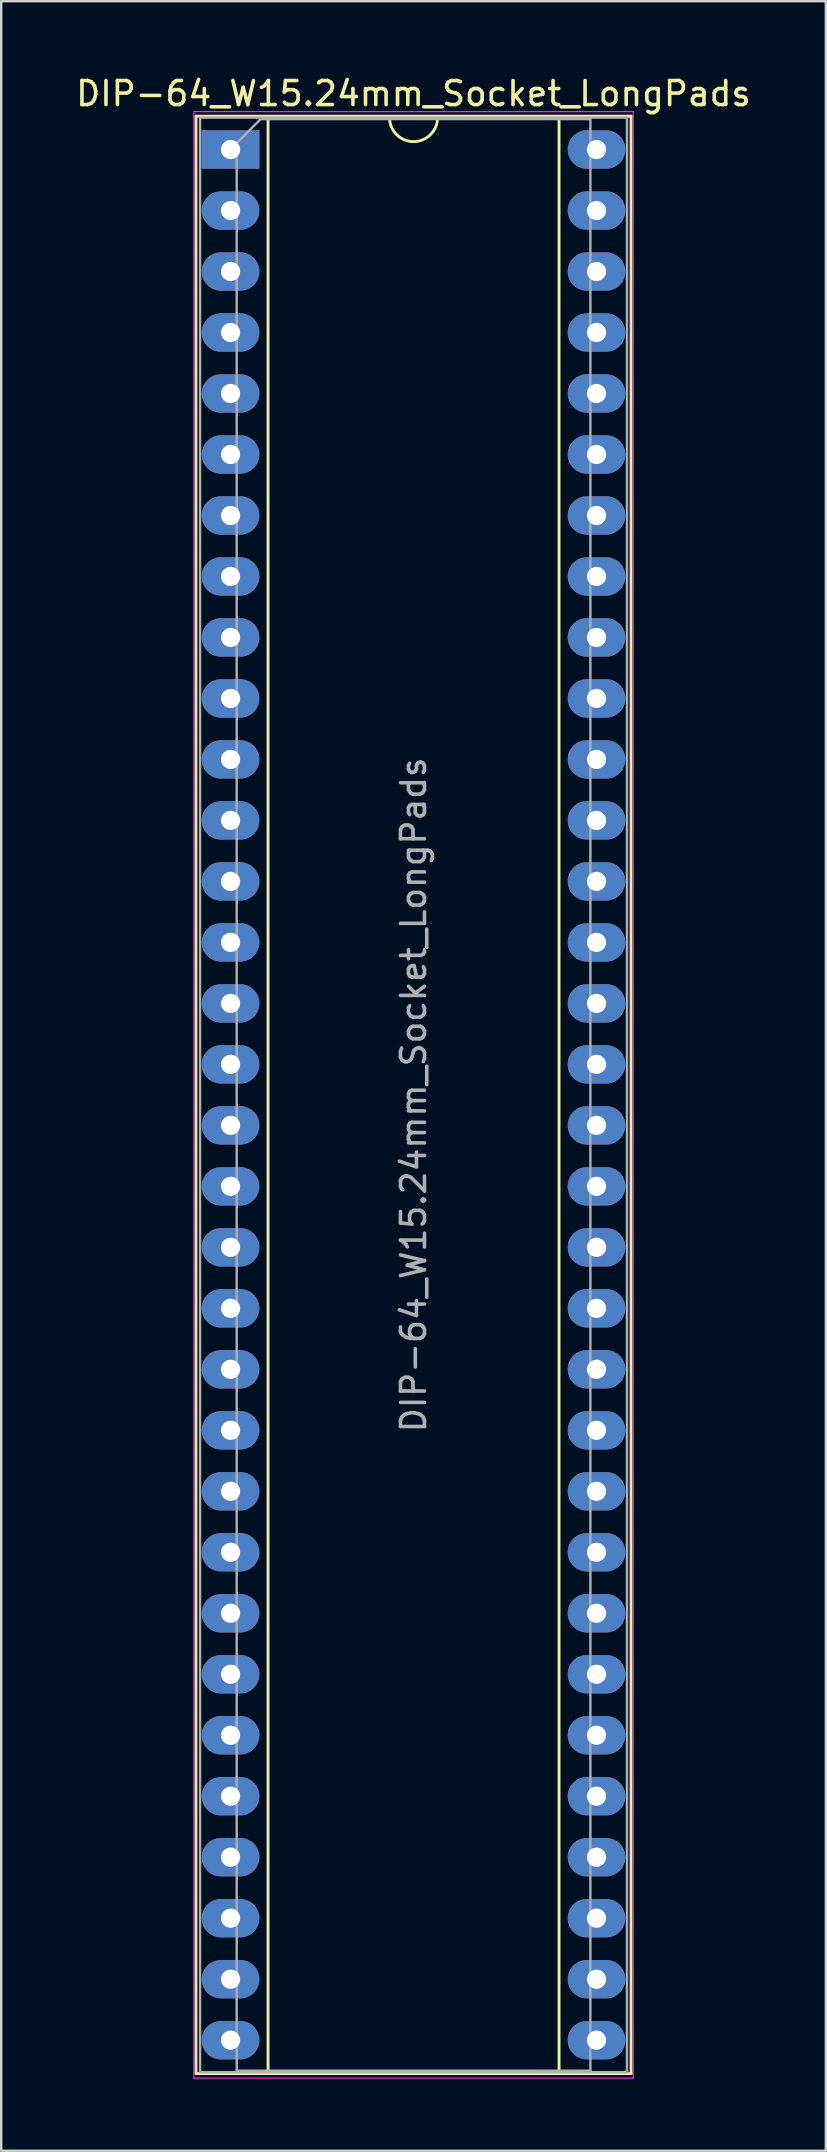
<source format=kicad_pcb>
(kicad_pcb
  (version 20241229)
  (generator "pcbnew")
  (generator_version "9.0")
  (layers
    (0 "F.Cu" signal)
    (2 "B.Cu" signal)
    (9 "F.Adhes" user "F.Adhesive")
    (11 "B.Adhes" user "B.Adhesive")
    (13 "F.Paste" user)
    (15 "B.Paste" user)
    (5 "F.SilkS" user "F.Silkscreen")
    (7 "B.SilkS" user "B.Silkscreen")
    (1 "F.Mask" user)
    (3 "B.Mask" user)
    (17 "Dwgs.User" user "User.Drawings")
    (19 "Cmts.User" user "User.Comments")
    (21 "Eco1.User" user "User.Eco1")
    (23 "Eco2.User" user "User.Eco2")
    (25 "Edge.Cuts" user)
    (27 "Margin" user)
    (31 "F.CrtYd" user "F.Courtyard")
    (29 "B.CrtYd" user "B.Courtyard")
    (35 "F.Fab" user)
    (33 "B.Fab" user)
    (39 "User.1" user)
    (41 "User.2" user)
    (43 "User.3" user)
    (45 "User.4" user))
  (footprint "DIP-64_W15.24mm_Socket_LongPads"
    (layer "F.Cu")
    (at 6.553 3.178)
    (property "Reference" "DIP-64_W15.24mm_Socket_LongPads" (at 7.62 -2.33 0) (layer "F.SilkS") (effects (font (size 1 1) (thickness 0.15))))
    (attr through_hole)
    (fp_line (start -1.44 -1.39) (end -1.44 80.13) (stroke (width 0.12) (type solid)) (layer "F.SilkS"))
    (fp_line (start -1.44 80.13) (end 16.68 80.13) (stroke (width 0.12) (type solid)) (layer "F.SilkS"))
    (fp_line (start 1.56 -1.33) (end 1.56 80.07) (stroke (width 0.12) (type solid)) (layer "F.SilkS"))
    (fp_line (start 1.56 80.07) (end 13.68 80.07) (stroke (width 0.12) (type solid)) (layer "F.SilkS"))
    (fp_line (start 6.62 -1.33) (end 1.56 -1.33) (stroke (width 0.12) (type solid)) (layer "F.SilkS"))
    (fp_line (start 13.68 -1.33) (end 8.62 -1.33) (stroke (width 0.12) (type solid)) (layer "F.SilkS"))
    (fp_line (start 13.68 80.07) (end 13.68 -1.33) (stroke (width 0.12) (type solid)) (layer "F.SilkS"))
    (fp_line (start 16.68 -1.39) (end -1.44 -1.39) (stroke (width 0.12) (type solid)) (layer "F.SilkS"))
    (fp_line (start 16.68 80.13) (end 16.68 -1.39) (stroke (width 0.12) (type solid)) (layer "F.SilkS"))
    (fp_arc (start 8.62 -1.33) (mid 7.62 -0.33) (end 6.62 -1.33) (stroke (width 0.12) (type solid)) (layer "F.SilkS"))
    (fp_line (start -1.53 -1.58) (end -1.53 80.32) (stroke (width 0.05) (type solid)) (layer "F.CrtYd"))
    (fp_line (start -1.53 80.32) (end 16.77 80.32) (stroke (width 0.05) (type solid)) (layer "F.CrtYd"))
    (fp_line (start 16.77 -1.58) (end -1.53 -1.58) (stroke (width 0.05) (type solid)) (layer "F.CrtYd"))
    (fp_line (start 16.77 80.32) (end 16.77 -1.58) (stroke (width 0.05) (type solid)) (layer "F.CrtYd"))
    (fp_line (start -1.27 -1.33) (end -1.27 80.07) (stroke (width 0.1) (type solid)) (layer "F.Fab"))
    (fp_line (start -1.27 80.07) (end 16.51 80.07) (stroke (width 0.1) (type solid)) (layer "F.Fab"))
    (fp_line (start 0.255 -0.27) (end 1.255 -1.27) (stroke (width 0.1) (type solid)) (layer "F.Fab"))
    (fp_line (start 0.255 80.01) (end 0.255 -0.27) (stroke (width 0.1) (type solid)) (layer "F.Fab"))
    (fp_line (start 1.255 -1.27) (end 14.985 -1.27) (stroke (width 0.1) (type solid)) (layer "F.Fab"))
    (fp_line (start 14.985 -1.27) (end 14.985 80.01) (stroke (width 0.1) (type solid)) (layer "F.Fab"))
    (fp_line (start 14.985 80.01) (end 0.255 80.01) (stroke (width 0.1) (type solid)) (layer "F.Fab"))
    (fp_line (start 16.51 -1.33) (end -1.27 -1.33) (stroke (width 0.1) (type solid)) (layer "F.Fab"))
    (fp_line (start 16.51 80.07) (end 16.51 -1.33) (stroke (width 0.1) (type solid)) (layer "F.Fab"))
    (fp_text user "${REFERENCE}" (at 7.62 39.37 90) (layer "F.Fab") (effects (font (size 1 1) (thickness 0.15))))
    (pad "1" thru_hole rect (at 0 0) (size 2.4 1.6) (drill 0.8) (layers "*.Cu" "*.Mask"))
    (pad "2" thru_hole oval (at 0 2.54) (size 2.4 1.6) (drill 0.8) (layers "*.Cu" "*.Mask"))
    (pad "3" thru_hole oval (at 0 5.08) (size 2.4 1.6) (drill 0.8) (layers "*.Cu" "*.Mask"))
    (pad "4" thru_hole oval (at 0 7.62) (size 2.4 1.6) (drill 0.8) (layers "*.Cu" "*.Mask"))
    (pad "5" thru_hole oval (at 0 10.16) (size 2.4 1.6) (drill 0.8) (layers "*.Cu" "*.Mask"))
    (pad "6" thru_hole oval (at 0 12.7) (size 2.4 1.6) (drill 0.8) (layers "*.Cu" "*.Mask"))
    (pad "7" thru_hole oval (at 0 15.24) (size 2.4 1.6) (drill 0.8) (layers "*.Cu" "*.Mask"))
    (pad "8" thru_hole oval (at 0 17.78) (size 2.4 1.6) (drill 0.8) (layers "*.Cu" "*.Mask"))
    (pad "9" thru_hole oval (at 0 20.32) (size 2.4 1.6) (drill 0.8) (layers "*.Cu" "*.Mask"))
    (pad "10" thru_hole oval (at 0 22.86) (size 2.4 1.6) (drill 0.8) (layers "*.Cu" "*.Mask"))
    (pad "11" thru_hole oval (at 0 25.4) (size 2.4 1.6) (drill 0.8) (layers "*.Cu" "*.Mask"))
    (pad "12" thru_hole oval (at 0 27.94) (size 2.4 1.6) (drill 0.8) (layers "*.Cu" "*.Mask"))
    (pad "13" thru_hole oval (at 0 30.48) (size 2.4 1.6) (drill 0.8) (layers "*.Cu" "*.Mask"))
    (pad "14" thru_hole oval (at 0 33.02) (size 2.4 1.6) (drill 0.8) (layers "*.Cu" "*.Mask"))
    (pad "15" thru_hole oval (at 0 35.56) (size 2.4 1.6) (drill 0.8) (layers "*.Cu" "*.Mask"))
    (pad "16" thru_hole oval (at 0 38.1) (size 2.4 1.6) (drill 0.8) (layers "*.Cu" "*.Mask"))
    (pad "17" thru_hole oval (at 0 40.64) (size 2.4 1.6) (drill 0.8) (layers "*.Cu" "*.Mask"))
    (pad "18" thru_hole oval (at 0 43.18) (size 2.4 1.6) (drill 0.8) (layers "*.Cu" "*.Mask"))
    (pad "19" thru_hole oval (at 0 45.72) (size 2.4 1.6) (drill 0.8) (layers "*.Cu" "*.Mask"))
    (pad "20" thru_hole oval (at 0 48.26) (size 2.4 1.6) (drill 0.8) (layers "*.Cu" "*.Mask"))
    (pad "21" thru_hole oval (at 0 50.8) (size 2.4 1.6) (drill 0.8) (layers "*.Cu" "*.Mask"))
    (pad "22" thru_hole oval (at 0 53.34) (size 2.4 1.6) (drill 0.8) (layers "*.Cu" "*.Mask"))
    (pad "23" thru_hole oval (at 0 55.88) (size 2.4 1.6) (drill 0.8) (layers "*.Cu" "*.Mask"))
    (pad "24" thru_hole oval (at 0 58.42) (size 2.4 1.6) (drill 0.8) (layers "*.Cu" "*.Mask"))
    (pad "25" thru_hole oval (at 0 60.96) (size 2.4 1.6) (drill 0.8) (layers "*.Cu" "*.Mask"))
    (pad "26" thru_hole oval (at 0 63.5) (size 2.4 1.6) (drill 0.8) (layers "*.Cu" "*.Mask"))
    (pad "27" thru_hole oval (at 0 66.04) (size 2.4 1.6) (drill 0.8) (layers "*.Cu" "*.Mask"))
    (pad "28" thru_hole oval (at 0 68.58) (size 2.4 1.6) (drill 0.8) (layers "*.Cu" "*.Mask"))
    (pad "29" thru_hole oval (at 0 71.12) (size 2.4 1.6) (drill 0.8) (layers "*.Cu" "*.Mask"))
    (pad "30" thru_hole oval (at 0 73.66) (size 2.4 1.6) (drill 0.8) (layers "*.Cu" "*.Mask"))
    (pad "31" thru_hole oval (at 0 76.2) (size 2.4 1.6) (drill 0.8) (layers "*.Cu" "*.Mask"))
    (pad "32" thru_hole oval (at 0 78.74) (size 2.4 1.6) (drill 0.8) (layers "*.Cu" "*.Mask"))
    (pad "33" thru_hole oval (at 15.24 78.74) (size 2.4 1.6) (drill 0.8) (layers "*.Cu" "*.Mask"))
    (pad "34" thru_hole oval (at 15.24 76.2) (size 2.4 1.6) (drill 0.8) (layers "*.Cu" "*.Mask"))
    (pad "35" thru_hole oval (at 15.24 73.66) (size 2.4 1.6) (drill 0.8) (layers "*.Cu" "*.Mask"))
    (pad "36" thru_hole oval (at 15.24 71.12) (size 2.4 1.6) (drill 0.8) (layers "*.Cu" "*.Mask"))
    (pad "37" thru_hole oval (at 15.24 68.58) (size 2.4 1.6) (drill 0.8) (layers "*.Cu" "*.Mask"))
    (pad "38" thru_hole oval (at 15.24 66.04) (size 2.4 1.6) (drill 0.8) (layers "*.Cu" "*.Mask"))
    (pad "39" thru_hole oval (at 15.24 63.5) (size 2.4 1.6) (drill 0.8) (layers "*.Cu" "*.Mask"))
    (pad "40" thru_hole oval (at 15.24 60.96) (size 2.4 1.6) (drill 0.8) (layers "*.Cu" "*.Mask"))
    (pad "41" thru_hole oval (at 15.24 58.42) (size 2.4 1.6) (drill 0.8) (layers "*.Cu" "*.Mask"))
    (pad "42" thru_hole oval (at 15.24 55.88) (size 2.4 1.6) (drill 0.8) (layers "*.Cu" "*.Mask"))
    (pad "43" thru_hole oval (at 15.24 53.34) (size 2.4 1.6) (drill 0.8) (layers "*.Cu" "*.Mask"))
    (pad "44" thru_hole oval (at 15.24 50.8) (size 2.4 1.6) (drill 0.8) (layers "*.Cu" "*.Mask"))
    (pad "45" thru_hole oval (at 15.24 48.26) (size 2.4 1.6) (drill 0.8) (layers "*.Cu" "*.Mask"))
    (pad "46" thru_hole oval (at 15.24 45.72) (size 2.4 1.6) (drill 0.8) (layers "*.Cu" "*.Mask"))
    (pad "47" thru_hole oval (at 15.24 43.18) (size 2.4 1.6) (drill 0.8) (layers "*.Cu" "*.Mask"))
    (pad "48" thru_hole oval (at 15.24 40.64) (size 2.4 1.6) (drill 0.8) (layers "*.Cu" "*.Mask"))
    (pad "49" thru_hole oval (at 15.24 38.1) (size 2.4 1.6) (drill 0.8) (layers "*.Cu" "*.Mask"))
    (pad "50" thru_hole oval (at 15.24 35.56) (size 2.4 1.6) (drill 0.8) (layers "*.Cu" "*.Mask"))
    (pad "51" thru_hole oval (at 15.24 33.02) (size 2.4 1.6) (drill 0.8) (layers "*.Cu" "*.Mask"))
    (pad "52" thru_hole oval (at 15.24 30.48) (size 2.4 1.6) (drill 0.8) (layers "*.Cu" "*.Mask"))
    (pad "53" thru_hole oval (at 15.24 27.94) (size 2.4 1.6) (drill 0.8) (layers "*.Cu" "*.Mask"))
    (pad "54" thru_hole oval (at 15.24 25.4) (size 2.4 1.6) (drill 0.8) (layers "*.Cu" "*.Mask"))
    (pad "55" thru_hole oval (at 15.24 22.86) (size 2.4 1.6) (drill 0.8) (layers "*.Cu" "*.Mask"))
    (pad "56" thru_hole oval (at 15.24 20.32) (size 2.4 1.6) (drill 0.8) (layers "*.Cu" "*.Mask"))
    (pad "57" thru_hole oval (at 15.24 17.78) (size 2.4 1.6) (drill 0.8) (layers "*.Cu" "*.Mask"))
    (pad "58" thru_hole oval (at 15.24 15.24) (size 2.4 1.6) (drill 0.8) (layers "*.Cu" "*.Mask"))
    (pad "59" thru_hole oval (at 15.24 12.7) (size 2.4 1.6) (drill 0.8) (layers "*.Cu" "*.Mask"))
    (pad "60" thru_hole oval (at 15.24 10.16) (size 2.4 1.6) (drill 0.8) (layers "*.Cu" "*.Mask"))
    (pad "61" thru_hole oval (at 15.24 7.62) (size 2.4 1.6) (drill 0.8) (layers "*.Cu" "*.Mask"))
    (pad "62" thru_hole oval (at 15.24 5.08) (size 2.4 1.6) (drill 0.8) (layers "*.Cu" "*.Mask"))
    (pad "63" thru_hole oval (at 15.24 2.54) (size 2.4 1.6) (drill 0.8) (layers "*.Cu" "*.Mask"))
    (pad "64" thru_hole oval (at 15.24 0) (size 2.4 1.6) (drill 0.8) (layers "*.Cu" "*.Mask")))
  (gr_rect
    (start -3 -3)
    (end 31.345 86.523)
    (stroke (width 0.1) (type default))
    (fill no)
    (layer "Edge.Cuts")))
</source>
